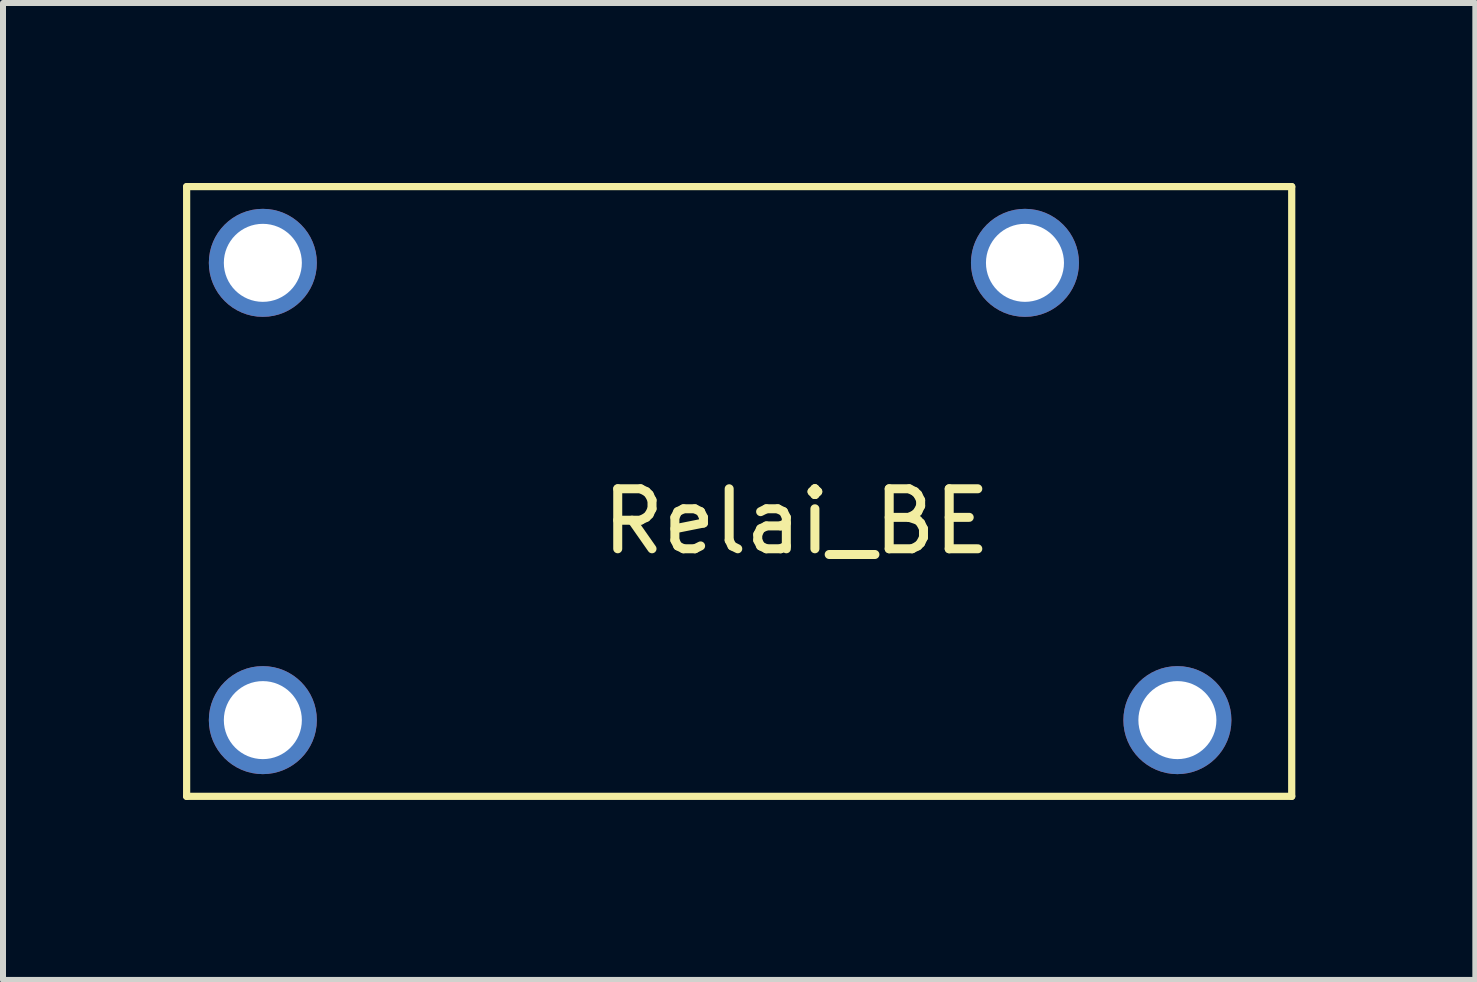
<source format=kicad_pcb>
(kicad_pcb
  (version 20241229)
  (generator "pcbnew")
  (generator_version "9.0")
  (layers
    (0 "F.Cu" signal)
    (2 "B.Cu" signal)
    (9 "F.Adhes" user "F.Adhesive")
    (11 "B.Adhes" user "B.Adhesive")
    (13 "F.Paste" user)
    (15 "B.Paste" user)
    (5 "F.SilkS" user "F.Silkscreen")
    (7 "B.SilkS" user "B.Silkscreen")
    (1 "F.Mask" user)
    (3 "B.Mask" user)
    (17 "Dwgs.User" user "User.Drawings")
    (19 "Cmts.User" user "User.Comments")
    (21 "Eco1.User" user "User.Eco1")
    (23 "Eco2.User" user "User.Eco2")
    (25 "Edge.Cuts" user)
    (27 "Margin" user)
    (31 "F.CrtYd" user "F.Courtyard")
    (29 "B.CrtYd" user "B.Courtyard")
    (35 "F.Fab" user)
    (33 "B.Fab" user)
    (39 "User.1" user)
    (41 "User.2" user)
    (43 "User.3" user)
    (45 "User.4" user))
  (footprint "Relai_BE"
    (layer "F.Cu")
    (at 10.22 5.14)
    (property "Reference" "Relai_BE" (at 0 0.5 0) (layer "F.SilkS") (effects (font (size 1 1) (thickness 0.15))))
    (attr through_hole)
    (fp_line (start -10.16 -5.08) (end -10.16 5.08) (stroke (width 0.12) (type solid)) (layer "F.SilkS"))
    (fp_line (start -10.16 5.08) (end 8.255 5.08) (stroke (width 0.12) (type solid)) (layer "F.SilkS"))
    (fp_line (start 8.255 -5.08) (end -10.16 -5.08) (stroke (width 0.12) (type solid)) (layer "F.SilkS"))
    (fp_line (start 8.255 5.08) (end 8.255 -5.08) (stroke (width 0.12) (type solid)) (layer "F.SilkS"))
    (pad "1" thru_hole circle (at 3.81 -3.81) (size 1.8 1.8) (drill 1.3) (layers "*.Cu" "*.Mask"))
    (pad "2" thru_hole circle (at -8.89 -3.81) (size 1.8 1.8) (drill 1.3) (layers "*.Cu" "*.Mask"))
    (pad "3" thru_hole circle (at -8.89 3.81) (size 1.8 1.8) (drill 1.3) (layers "*.Cu" "*.Mask"))
    (pad "4" thru_hole circle (at 6.35 3.81) (size 1.8 1.8) (drill 1.3) (layers "*.Cu" "*.Mask")))
  (gr_rect
    (start -3 -3)
    (end 21.535 13.28)
    (stroke (width 0.1) (type default))
    (fill no)
    (layer "Edge.Cuts")))
</source>
